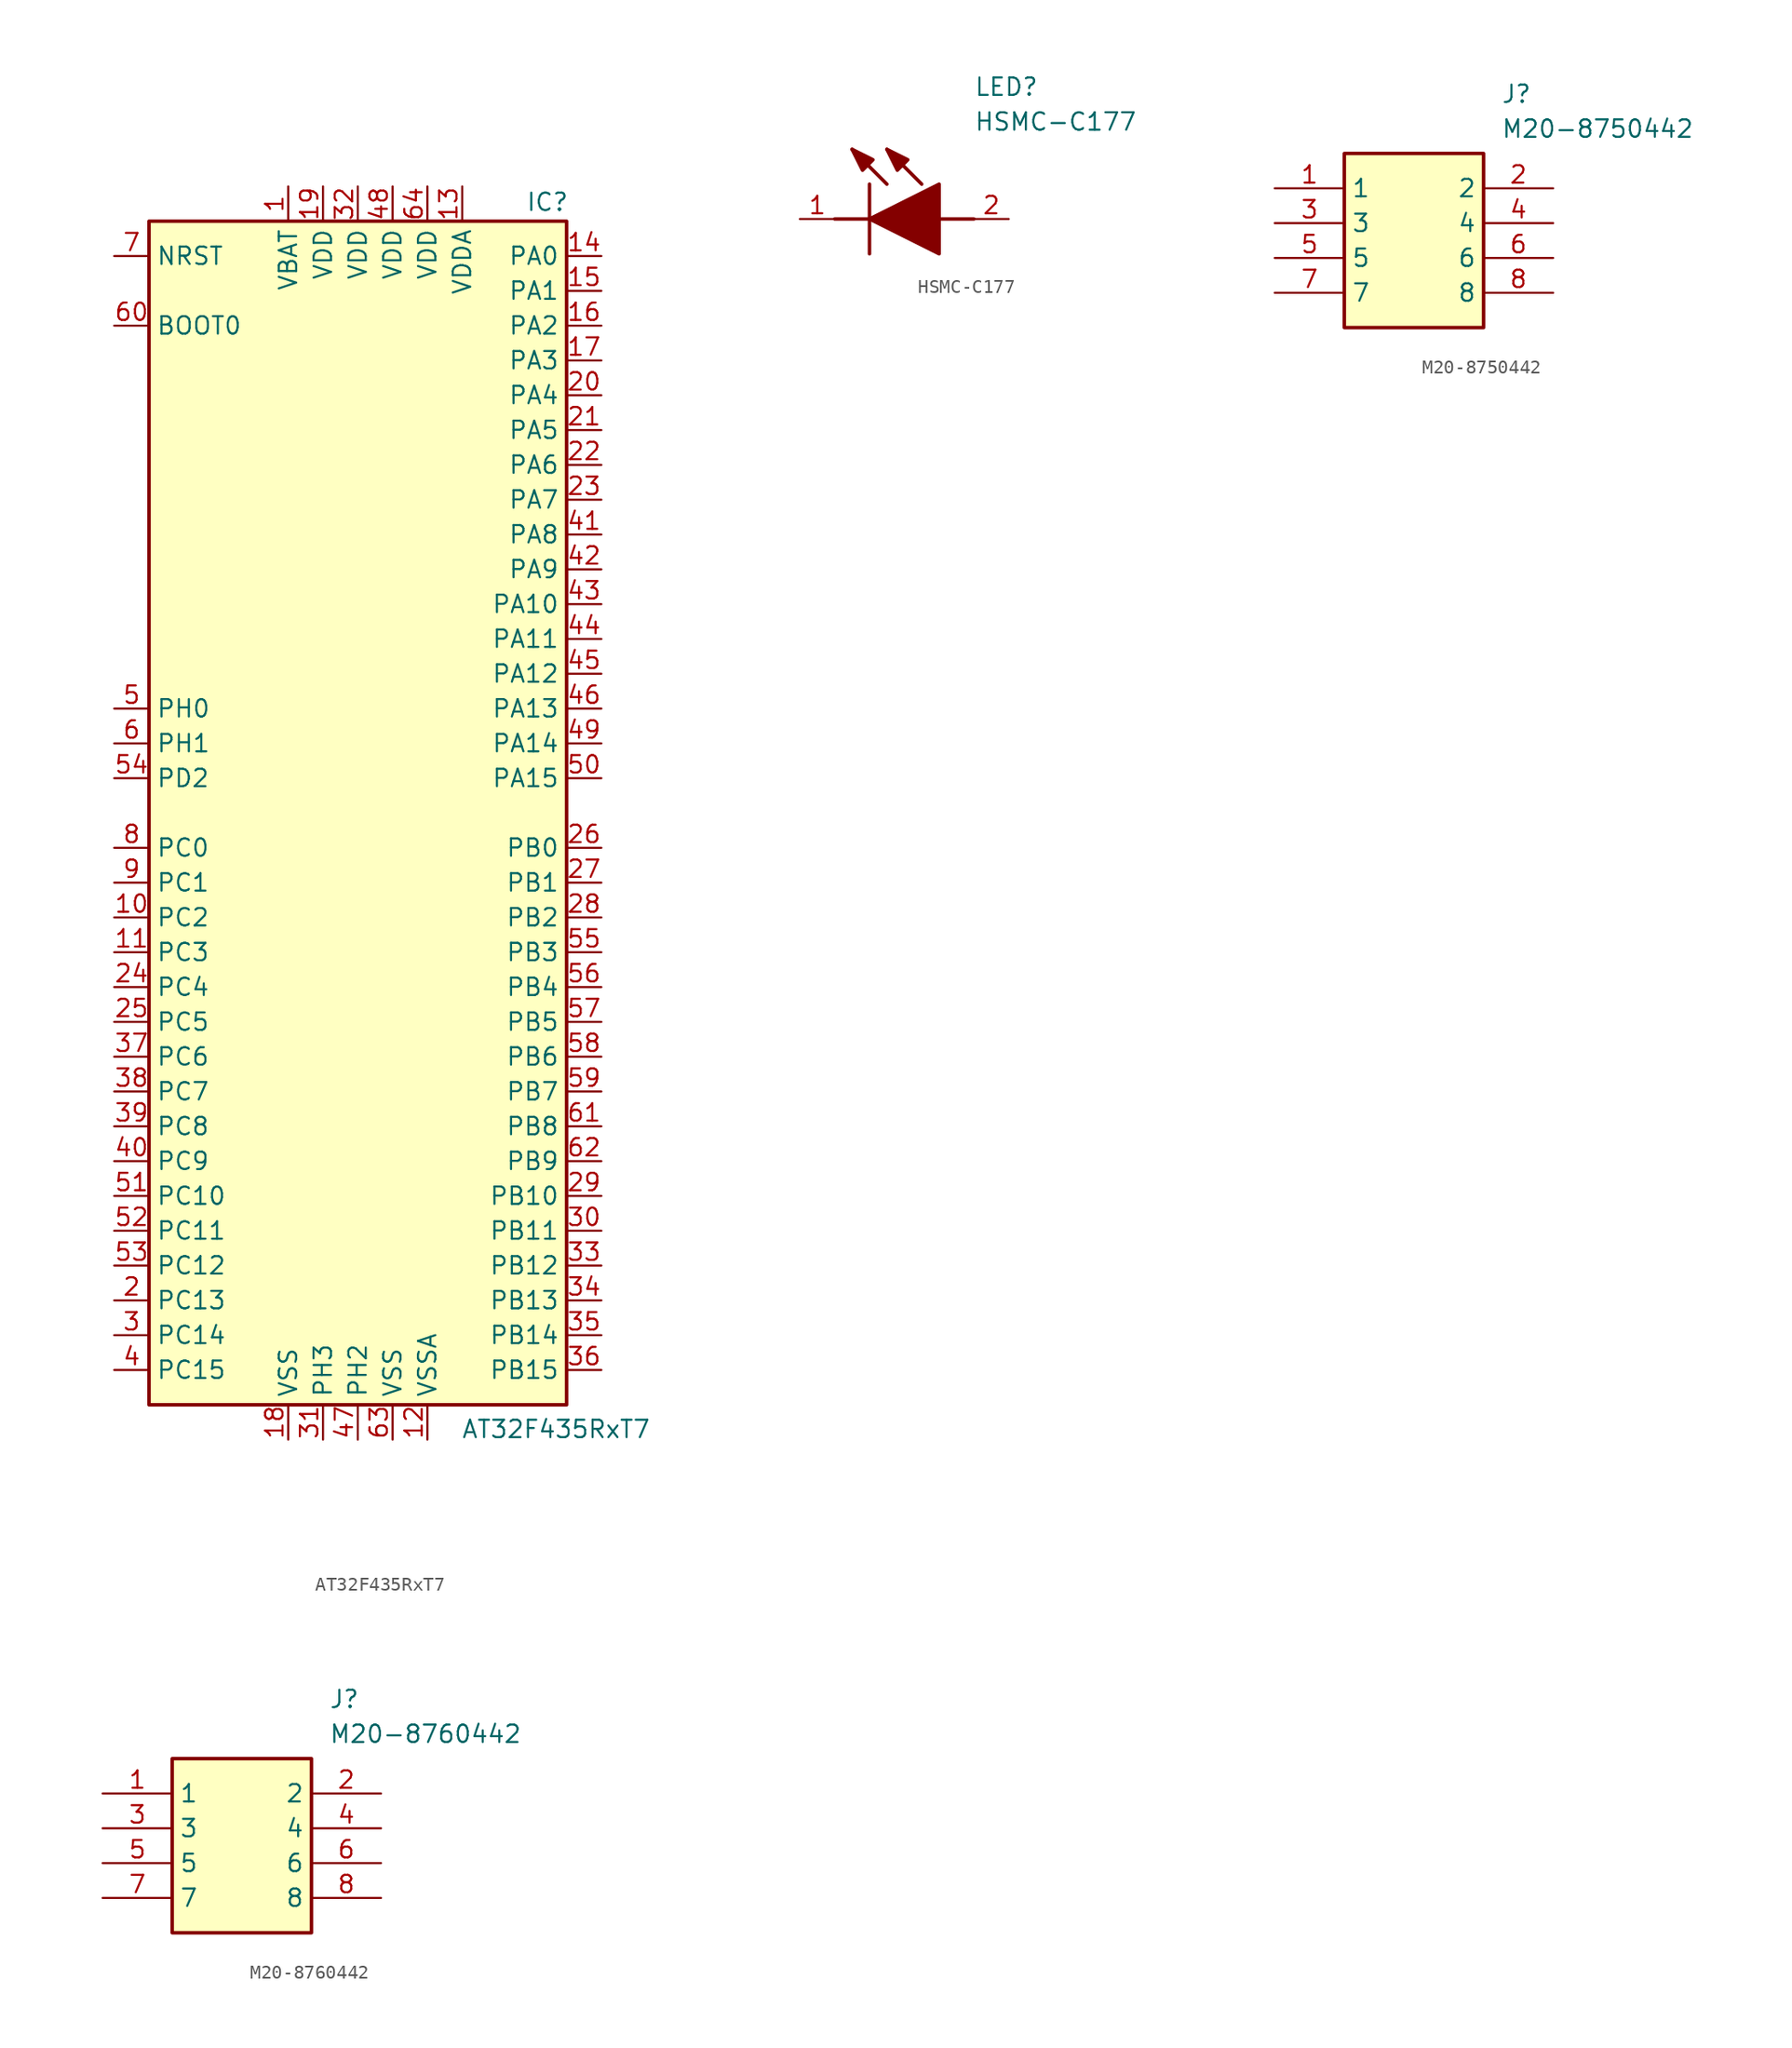
<source format=kicad_sym>
(kicad_symbol_lib
  (version 20231120)
  (generator "kicad_symbol_editor")
  (generator_version "8.0")
  (symbol "AT32F435RxT7"
    (property "Reference" "IC"
      (at 13.843 44.577 0)
      (effects (font (size 1.27 1.27))))
    (property "Value" "AT32F435RxT7"
      (at 14.478 -44.958 0)
      (effects (font (size 1.27 1.27))))
    (symbol "AT32F435RxT7_0_1"
      (rectangle (start -15.24 -43.18) (end 15.24 43.18) (stroke (width 0.254) (type default)) (fill (type background))))
    (symbol "AT32F435RxT7_1_1"
      (pin power_in line (at -5.08 45.72 270) (length 2.54) (name "VBAT" (effects (font (size 1.27 1.27)))) (number "1" (effects (font (size 1.27 1.27)))))
      (pin bidirectional line (at -17.78 -7.62 0) (length 2.54) (name "PC2" (effects (font (size 1.27 1.27)))) (number "10" (effects (font (size 1.27 1.27)))))
      (pin bidirectional line (at -17.78 -10.16 0) (length 2.54) (name "PC3" (effects (font (size 1.27 1.27)))) (number "11" (effects (font (size 1.27 1.27)))))
      (pin power_in line (at 5.08 -45.72 90) (length 2.54) (name "VSSA" (effects (font (size 1.27 1.27)))) (number "12" (effects (font (size 1.27 1.27)))))
      (pin power_in line (at 7.62 45.72 270) (length 2.54) (name "VDDA" (effects (font (size 1.27 1.27)))) (number "13" (effects (font (size 1.27 1.27)))))
      (pin bidirectional line (at 17.78 40.64 180) (length 2.54) (name "PA0" (effects (font (size 1.27 1.27)))) (number "14" (effects (font (size 1.27 1.27)))))
      (pin bidirectional line (at 17.78 38.1 180) (length 2.54) (name "PA1" (effects (font (size 1.27 1.27)))) (number "15" (effects (font (size 1.27 1.27)))))
      (pin bidirectional line (at 17.78 35.56 180) (length 2.54) (name "PA2" (effects (font (size 1.27 1.27)))) (number "16" (effects (font (size 1.27 1.27)))))
      (pin bidirectional line (at 17.78 33.02 180) (length 2.54) (name "PA3" (effects (font (size 1.27 1.27)))) (number "17" (effects (font (size 1.27 1.27)))))
      (pin power_in line (at -5.08 -45.72 90) (length 2.54) (name "VSS" (effects (font (size 1.27 1.27)))) (number "18" (effects (font (size 1.27 1.27)))))
      (pin power_in line (at -2.54 45.72 270) (length 2.54) (name "VDD" (effects (font (size 1.27 1.27)))) (number "19" (effects (font (size 1.27 1.27)))))
      (pin bidirectional line (at -17.78 -35.56 0) (length 2.54) (name "PC13" (effects (font (size 1.27 1.27)))) (number "2" (effects (font (size 1.27 1.27)))))
      (pin bidirectional line (at 17.78 30.48 180) (length 2.54) (name "PA4" (effects (font (size 1.27 1.27)))) (number "20" (effects (font (size 1.27 1.27)))))
      (pin bidirectional line (at 17.78 27.94 180) (length 2.54) (name "PA5" (effects (font (size 1.27 1.27)))) (number "21" (effects (font (size 1.27 1.27)))))
      (pin bidirectional line (at 17.78 25.4 180) (length 2.54) (name "PA6" (effects (font (size 1.27 1.27)))) (number "22" (effects (font (size 1.27 1.27)))))
      (pin bidirectional line (at 17.78 22.86 180) (length 2.54) (name "PA7" (effects (font (size 1.27 1.27)))) (number "23" (effects (font (size 1.27 1.27)))))
      (pin bidirectional line (at -17.78 -12.7 0) (length 2.54) (name "PC4" (effects (font (size 1.27 1.27)))) (number "24" (effects (font (size 1.27 1.27)))))
      (pin bidirectional line (at -17.78 -15.24 0) (length 2.54) (name "PC5" (effects (font (size 1.27 1.27)))) (number "25" (effects (font (size 1.27 1.27)))))
      (pin bidirectional line (at 17.78 -2.54 180) (length 2.54) (name "PB0" (effects (font (size 1.27 1.27)))) (number "26" (effects (font (size 1.27 1.27)))))
      (pin bidirectional line (at 17.78 -5.08 180) (length 2.54) (name "PB1" (effects (font (size 1.27 1.27)))) (number "27" (effects (font (size 1.27 1.27)))))
      (pin bidirectional line (at 17.78 -7.62 180) (length 2.54) (name "PB2" (effects (font (size 1.27 1.27)))) (number "28" (effects (font (size 1.27 1.27)))))
      (pin bidirectional line (at 17.78 -27.94 180) (length 2.54) (name "PB10" (effects (font (size 1.27 1.27)))) (number "29" (effects (font (size 1.27 1.27)))))
      (pin bidirectional line (at -17.78 -38.1 0) (length 2.54) (name "PC14" (effects (font (size 1.27 1.27)))) (number "3" (effects (font (size 1.27 1.27)))))
      (pin bidirectional line (at 17.78 -30.48 180) (length 2.54) (name "PB11" (effects (font (size 1.27 1.27)))) (number "30" (effects (font (size 1.27 1.27)))))
      (pin bidirectional line (at -2.54 -45.72 90) (length 2.54) (name "PH3" (effects (font (size 1.27 1.27)))) (number "31" (effects (font (size 1.27 1.27)))))
      (pin power_in line (at 0 45.72 270) (length 2.54) (name "VDD" (effects (font (size 1.27 1.27)))) (number "32" (effects (font (size 1.27 1.27)))))
      (pin bidirectional line (at 17.78 -33.02 180) (length 2.54) (name "PB12" (effects (font (size 1.27 1.27)))) (number "33" (effects (font (size 1.27 1.27)))))
      (pin bidirectional line (at 17.78 -35.56 180) (length 2.54) (name "PB13" (effects (font (size 1.27 1.27)))) (number "34" (effects (font (size 1.27 1.27)))))
      (pin bidirectional line (at 17.78 -38.1 180) (length 2.54) (name "PB14" (effects (font (size 1.27 1.27)))) (number "35" (effects (font (size 1.27 1.27)))))
      (pin bidirectional line (at 17.78 -40.64 180) (length 2.54) (name "PB15" (effects (font (size 1.27 1.27)))) (number "36" (effects (font (size 1.27 1.27)))))
      (pin bidirectional line (at -17.78 -17.78 0) (length 2.54) (name "PC6" (effects (font (size 1.27 1.27)))) (number "37" (effects (font (size 1.27 1.27)))))
      (pin bidirectional line (at -17.78 -20.32 0) (length 2.54) (name "PC7" (effects (font (size 1.27 1.27)))) (number "38" (effects (font (size 1.27 1.27)))))
      (pin bidirectional line (at -17.78 -22.86 0) (length 2.54) (name "PC8" (effects (font (size 1.27 1.27)))) (number "39" (effects (font (size 1.27 1.27)))))
      (pin bidirectional line (at -17.78 -40.64 0) (length 2.54) (name "PC15" (effects (font (size 1.27 1.27)))) (number "4" (effects (font (size 1.27 1.27)))))
      (pin bidirectional line (at -17.78 -25.4 0) (length 2.54) (name "PC9" (effects (font (size 1.27 1.27)))) (number "40" (effects (font (size 1.27 1.27)))))
      (pin bidirectional line (at 17.78 20.32 180) (length 2.54) (name "PA8" (effects (font (size 1.27 1.27)))) (number "41" (effects (font (size 1.27 1.27)))))
      (pin bidirectional line (at 17.78 17.78 180) (length 2.54) (name "PA9" (effects (font (size 1.27 1.27)))) (number "42" (effects (font (size 1.27 1.27)))))
      (pin bidirectional line (at 17.78 15.24 180) (length 2.54) (name "PA10" (effects (font (size 1.27 1.27)))) (number "43" (effects (font (size 1.27 1.27)))))
      (pin bidirectional line (at 17.78 12.7 180) (length 2.54) (name "PA11" (effects (font (size 1.27 1.27)))) (number "44" (effects (font (size 1.27 1.27)))))
      (pin bidirectional line (at 17.78 10.16 180) (length 2.54) (name "PA12" (effects (font (size 1.27 1.27)))) (number "45" (effects (font (size 1.27 1.27)))))
      (pin bidirectional line (at 17.78 7.62 180) (length 2.54) (name "PA13" (effects (font (size 1.27 1.27)))) (number "46" (effects (font (size 1.27 1.27)))))
      (pin bidirectional line (at 0 -45.72 90) (length 2.54) (name "PH2" (effects (font (size 1.27 1.27)))) (number "47" (effects (font (size 1.27 1.27)))))
      (pin power_in line (at 2.54 45.72 270) (length 2.54) (name "VDD" (effects (font (size 1.27 1.27)))) (number "48" (effects (font (size 1.27 1.27)))))
      (pin bidirectional line (at 17.78 5.08 180) (length 2.54) (name "PA14" (effects (font (size 1.27 1.27)))) (number "49" (effects (font (size 1.27 1.27)))))
      (pin input line (at -17.78 7.62 0) (length 2.54) (name "PH0" (effects (font (size 1.27 1.27)))) (number "5" (effects (font (size 1.27 1.27)))))
      (pin bidirectional line (at 17.78 2.54 180) (length 2.54) (name "PA15" (effects (font (size 1.27 1.27)))) (number "50" (effects (font (size 1.27 1.27)))))
      (pin bidirectional line (at -17.78 -27.94 0) (length 2.54) (name "PC10" (effects (font (size 1.27 1.27)))) (number "51" (effects (font (size 1.27 1.27)))))
      (pin bidirectional line (at -17.78 -30.48 0) (length 2.54) (name "PC11" (effects (font (size 1.27 1.27)))) (number "52" (effects (font (size 1.27 1.27)))))
      (pin bidirectional line (at -17.78 -33.02 0) (length 2.54) (name "PC12" (effects (font (size 1.27 1.27)))) (number "53" (effects (font (size 1.27 1.27)))))
      (pin bidirectional line (at -17.78 2.54 0) (length 2.54) (name "PD2" (effects (font (size 1.27 1.27)))) (number "54" (effects (font (size 1.27 1.27)))))
      (pin bidirectional line (at 17.78 -10.16 180) (length 2.54) (name "PB3" (effects (font (size 1.27 1.27)))) (number "55" (effects (font (size 1.27 1.27)))))
      (pin bidirectional line (at 17.78 -12.7 180) (length 2.54) (name "PB4" (effects (font (size 1.27 1.27)))) (number "56" (effects (font (size 1.27 1.27)))))
      (pin bidirectional line (at 17.78 -15.24 180) (length 2.54) (name "PB5" (effects (font (size 1.27 1.27)))) (number "57" (effects (font (size 1.27 1.27)))))
      (pin bidirectional line (at 17.78 -17.78 180) (length 2.54) (name "PB6" (effects (font (size 1.27 1.27)))) (number "58" (effects (font (size 1.27 1.27)))))
      (pin bidirectional line (at 17.78 -20.32 180) (length 2.54) (name "PB7" (effects (font (size 1.27 1.27)))) (number "59" (effects (font (size 1.27 1.27)))))
      (pin input line (at -17.78 5.08 0) (length 2.54) (name "PH1" (effects (font (size 1.27 1.27)))) (number "6" (effects (font (size 1.27 1.27)))))
      (pin input line (at -17.78 35.56 0) (length 2.54) (name "BOOT0" (effects (font (size 1.27 1.27)))) (number "60" (effects (font (size 1.27 1.27)))))
      (pin bidirectional line (at 17.78 -22.86 180) (length 2.54) (name "PB8" (effects (font (size 1.27 1.27)))) (number "61" (effects (font (size 1.27 1.27)))))
      (pin bidirectional line (at 17.78 -25.4 180) (length 2.54) (name "PB9" (effects (font (size 1.27 1.27)))) (number "62" (effects (font (size 1.27 1.27)))))
      (pin power_in line (at 2.54 -45.72 90) (length 2.54) (name "VSS" (effects (font (size 1.27 1.27)))) (number "63" (effects (font (size 1.27 1.27)))))
      (pin power_in line (at 5.08 45.72 270) (length 2.54) (name "VDD" (effects (font (size 1.27 1.27)))) (number "64" (effects (font (size 1.27 1.27)))))
      (pin input line (at -17.78 40.64 0) (length 2.54) (name "NRST" (effects (font (size 1.27 1.27)))) (number "7" (effects (font (size 1.27 1.27)))))
      (pin bidirectional line (at -17.78 -2.54 0) (length 2.54) (name "PC0" (effects (font (size 1.27 1.27)))) (number "8" (effects (font (size 1.27 1.27)))))
      (pin bidirectional line (at -17.78 -5.08 0) (length 2.54) (name "PC1" (effects (font (size 1.27 1.27)))) (number "9" (effects (font (size 1.27 1.27)))))))
  (symbol "HSMC-C177"
    (pin_names hide)
    (property "Reference" "LED"
      (at 12.7 8.89 0)
      (effects (font (size 1.27 1.27)) (justify left bottom)))
    (property "Value" "HSMC-C177"
      (at 12.7 6.35 0)
      (effects (font (size 1.27 1.27)) (justify left bottom)))
    (symbol "HSMC-C177_1_1"
      (polyline (pts (xy 2.54 0) (xy 5.08 0)) (stroke (width 0.254) (type default)) (fill (type none)))
      (polyline (pts (xy 5.08 2.54) (xy 5.08 -2.54)) (stroke (width 0.254) (type default)) (fill (type none)))
      (polyline (pts (xy 6.35 2.54) (xy 3.81 5.08)) (stroke (width 0.254) (type default)) (fill (type none)))
      (polyline (pts (xy 8.89 2.54) (xy 6.35 5.08)) (stroke (width 0.254) (type default)) (fill (type none)))
      (polyline (pts (xy 10.16 0) (xy 12.7 0)) (stroke (width 0.254) (type default)) (fill (type none)))
      (polyline (pts (xy 5.08 0) (xy 10.16 2.54) (xy 10.16 -2.54) (xy 5.08 0)) (stroke (width 0.254) (type default)) (fill (type outline)))
      (polyline (pts (xy 5.334 4.318) (xy 4.572 3.556) (xy 3.81 5.08) (xy 5.334 4.318)) (stroke (width 0.254) (type default)) (fill (type outline)))
      (polyline (pts (xy 7.874 4.318) (xy 7.112 3.556) (xy 6.35 5.08) (xy 7.874 4.318)) (stroke (width 0.254) (type default)) (fill (type outline)))
      (pin passive line (at 0 0 0) (length 2.54) (name "K" (effects (font (size 1.27 1.27)))) (number "1" (effects (font (size 1.27 1.27)))))
      (pin passive line (at 15.24 0 180) (length 2.54) (name "A" (effects (font (size 1.27 1.27)))) (number "2" (effects (font (size 1.27 1.27)))))))
  (symbol "M20-8750442"
    (property "Reference" "J"
      (at 16.51 7.62 0)
      (effects (font (size 1.27 1.27)) (justify left top)))
    (property "Value" "M20-8750442"
      (at 16.51 5.08 0)
      (effects (font (size 1.27 1.27)) (justify left top)))
    (symbol "M20-8750442_1_1"
      (rectangle (start 5.08 2.54) (end 15.24 -10.16) (stroke (width 0.254) (type default)) (fill (type background)))
      (pin passive line (at 0 0 0) (length 5.08) (name "1" (effects (font (size 1.27 1.27)))) (number "1" (effects (font (size 1.27 1.27)))))
      (pin passive line (at 20.32 0 180) (length 5.08) (name "2" (effects (font (size 1.27 1.27)))) (number "2" (effects (font (size 1.27 1.27)))))
      (pin passive line (at 0 -2.54 0) (length 5.08) (name "3" (effects (font (size 1.27 1.27)))) (number "3" (effects (font (size 1.27 1.27)))))
      (pin passive line (at 20.32 -2.54 180) (length 5.08) (name "4" (effects (font (size 1.27 1.27)))) (number "4" (effects (font (size 1.27 1.27)))))
      (pin passive line (at 0 -5.08 0) (length 5.08) (name "5" (effects (font (size 1.27 1.27)))) (number "5" (effects (font (size 1.27 1.27)))))
      (pin passive line (at 20.32 -5.08 180) (length 5.08) (name "6" (effects (font (size 1.27 1.27)))) (number "6" (effects (font (size 1.27 1.27)))))
      (pin passive line (at 0 -7.62 0) (length 5.08) (name "7" (effects (font (size 1.27 1.27)))) (number "7" (effects (font (size 1.27 1.27)))))
      (pin passive line (at 20.32 -7.62 180) (length 5.08) (name "8" (effects (font (size 1.27 1.27)))) (number "8" (effects (font (size 1.27 1.27)))))))
  (symbol "M20-8760442"
    (property "Reference" "J"
      (at 16.51 7.62 0)
      (effects (font (size 1.27 1.27)) (justify left top)))
    (property "Value" "M20-8760442"
      (at 16.51 5.08 0)
      (effects (font (size 1.27 1.27)) (justify left top)))
    (symbol "M20-8760442_1_1"
      (rectangle (start 5.08 2.54) (end 15.24 -10.16) (stroke (width 0.254) (type default)) (fill (type background)))
      (pin passive line (at 0 0 0) (length 5.08) (name "1" (effects (font (size 1.27 1.27)))) (number "1" (effects (font (size 1.27 1.27)))))
      (pin passive line (at 20.32 0 180) (length 5.08) (name "2" (effects (font (size 1.27 1.27)))) (number "2" (effects (font (size 1.27 1.27)))))
      (pin passive line (at 0 -2.54 0) (length 5.08) (name "3" (effects (font (size 1.27 1.27)))) (number "3" (effects (font (size 1.27 1.27)))))
      (pin passive line (at 20.32 -2.54 180) (length 5.08) (name "4" (effects (font (size 1.27 1.27)))) (number "4" (effects (font (size 1.27 1.27)))))
      (pin passive line (at 0 -5.08 0) (length 5.08) (name "5" (effects (font (size 1.27 1.27)))) (number "5" (effects (font (size 1.27 1.27)))))
      (pin passive line (at 20.32 -5.08 180) (length 5.08) (name "6" (effects (font (size 1.27 1.27)))) (number "6" (effects (font (size 1.27 1.27)))))
      (pin passive line (at 0 -7.62 0) (length 5.08) (name "7" (effects (font (size 1.27 1.27)))) (number "7" (effects (font (size 1.27 1.27)))))
      (pin passive line (at 20.32 -7.62 180) (length 5.08) (name "8" (effects (font (size 1.27 1.27)))) (number "8" (effects (font (size 1.27 1.27))))))))
</source>
